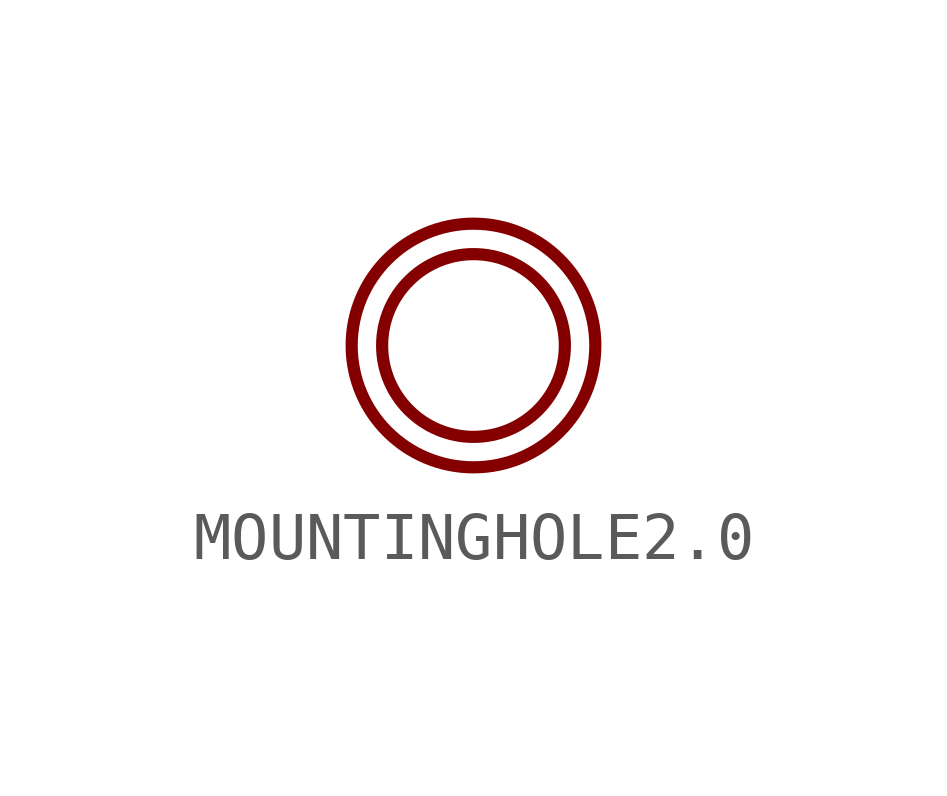
<source format=kicad_sym>
(kicad_symbol_lib
  (version 20211014)
  (generator kicad_symbol_editor)
  (symbol "MOUNTINGHOLE2.0"
    (property "Reference" ""
      (at 0 0 0)
      (effects (font (size 1.27 1.27)) hide))
    (property "ki_locked" ""
      (at 0 0 0)
      (effects (font (size 1.27 1.27))))
    (symbol "MOUNTINGHOLE2.0_1_0"
      (circle (center 0 0) (radius 1.905) (stroke (width 0.254)) (stroke (width 0.254) (type default) (color 0 0 0 0)) (fill (type none)))
      (circle (center 0 0) (radius 2.54) (stroke (width 0.254)) (stroke (width 0.254) (type default) (color 0 0 0 0)) (fill (type none))))))
</source>
